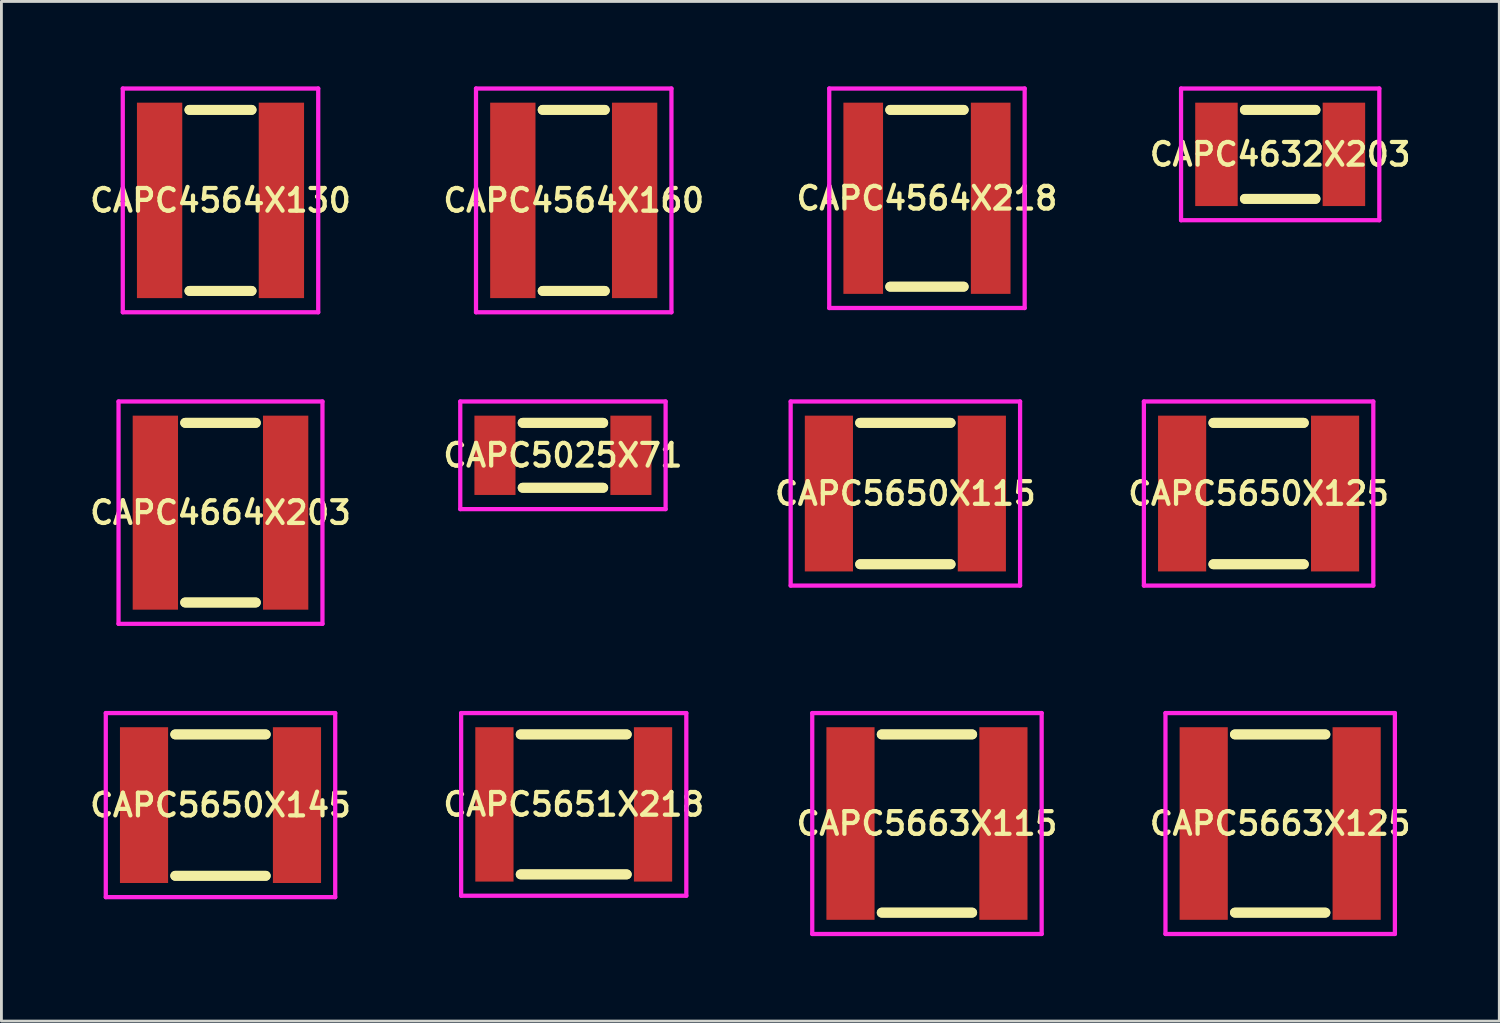
<source format=kicad_pcb>
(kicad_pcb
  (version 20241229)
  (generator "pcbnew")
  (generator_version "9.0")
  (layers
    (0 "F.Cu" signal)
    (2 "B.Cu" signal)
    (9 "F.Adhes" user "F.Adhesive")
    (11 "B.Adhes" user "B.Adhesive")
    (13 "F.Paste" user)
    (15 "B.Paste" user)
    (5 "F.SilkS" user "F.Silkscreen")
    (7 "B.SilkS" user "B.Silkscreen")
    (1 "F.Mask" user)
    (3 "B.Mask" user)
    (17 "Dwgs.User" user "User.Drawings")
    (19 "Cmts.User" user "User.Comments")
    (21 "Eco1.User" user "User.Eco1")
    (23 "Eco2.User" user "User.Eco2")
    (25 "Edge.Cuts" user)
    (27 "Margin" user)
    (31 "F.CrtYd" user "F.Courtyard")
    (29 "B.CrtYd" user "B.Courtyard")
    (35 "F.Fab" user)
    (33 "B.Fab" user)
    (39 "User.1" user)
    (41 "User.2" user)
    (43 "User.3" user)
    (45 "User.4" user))
  (footprint "CAPC4564X130"
    (layer "F.Cu")
    (at 4.735 4.025)
    (property "Reference" "CAPC4564X130" (at 0 0 0) (layer "F.SilkS") (effects (font (size 0.8 0.8) (thickness 0.15))))
    (attr smd)
    (fp_line (start -1.096 -3.196) (end 1.096 -3.196) (stroke (width 0.35) (type solid)) (layer "F.SilkS"))
    (fp_line (start -1.096 3.196) (end 1.096 3.196) (stroke (width 0.35) (type solid)) (layer "F.SilkS"))
    (fp_line (start 1.096 -3.196) (end -1.096 -3.196) (stroke (width 0.35) (type solid)) (layer "F.SilkS"))
    (fp_line (start 1.096 3.196) (end -1.096 3.196) (stroke (width 0.35) (type solid)) (layer "F.SilkS"))
    (fp_line (start -3.45 -3.95) (end 3.45 -3.95) (stroke (width 0.15) (type solid)) (layer "F.CrtYd"))
    (fp_line (start -3.45 3.95) (end -3.45 -3.95) (stroke (width 0.15) (type solid)) (layer "F.CrtYd"))
    (fp_line (start 3.45 -3.95) (end 3.45 3.95) (stroke (width 0.15) (type solid)) (layer "F.CrtYd"))
    (fp_line (start 3.45 3.95) (end -3.45 3.95) (stroke (width 0.15) (type solid)) (layer "F.CrtYd"))
    (pad "1" smd rect (at -2.15 0) (size 1.6 6.9) (layers "F.Cu" "F.Mask" "F.Paste"))
    (pad "2" smd rect (at 2.15 0) (size 1.6 6.9) (layers "F.Cu" "F.Mask" "F.Paste")))
  (footprint "CAPC5663X115"
    (layer "F.Cu")
    (at 29.677 26.025)
    (property "Reference" "CAPC5663X115" (at 0 0 0) (layer "F.SilkS") (effects (font (size 0.8 0.8) (thickness 0.15))))
    (attr smd)
    (fp_line (start -1.596 -3.146) (end 1.596 -3.146) (stroke (width 0.35) (type solid)) (layer "F.SilkS"))
    (fp_line (start -1.596 3.146) (end 1.596 3.146) (stroke (width 0.35) (type solid)) (layer "F.SilkS"))
    (fp_line (start 1.596 -3.146) (end -1.596 -3.146) (stroke (width 0.35) (type solid)) (layer "F.SilkS"))
    (fp_line (start 1.596 3.146) (end -1.596 3.146) (stroke (width 0.35) (type solid)) (layer "F.SilkS"))
    (fp_line (start -4.05 -3.9) (end 4.05 -3.9) (stroke (width 0.15) (type solid)) (layer "F.CrtYd"))
    (fp_line (start -4.05 3.9) (end -4.05 -3.9) (stroke (width 0.15) (type solid)) (layer "F.CrtYd"))
    (fp_line (start 4.05 -3.9) (end 4.05 3.9) (stroke (width 0.15) (type solid)) (layer "F.CrtYd"))
    (fp_line (start 4.05 3.9) (end -4.05 3.9) (stroke (width 0.15) (type solid)) (layer "F.CrtYd"))
    (pad "1" smd rect (at -2.7 0) (size 1.7 6.8) (layers "F.Cu" "F.Mask" "F.Paste"))
    (pad "2" smd rect (at 2.7 0) (size 1.7 6.8) (layers "F.Cu" "F.Mask" "F.Paste")))
  (footprint "CAPC5651X218"
    (layer "F.Cu")
    (at 17.206 25.35)
    (property "Reference" "CAPC5651X218" (at 0 0 0) (layer "F.SilkS") (effects (font (size 0.8 0.8) (thickness 0.15))))
    (attr smd)
    (fp_line (start -1.871 -2.471) (end 1.871 -2.471) (stroke (width 0.35) (type solid)) (layer "F.SilkS"))
    (fp_line (start -1.871 2.471) (end 1.871 2.471) (stroke (width 0.35) (type solid)) (layer "F.SilkS"))
    (fp_line (start 1.871 -2.471) (end -1.871 -2.471) (stroke (width 0.35) (type solid)) (layer "F.SilkS"))
    (fp_line (start 1.871 2.471) (end -1.871 2.471) (stroke (width 0.35) (type solid)) (layer "F.SilkS"))
    (fp_line (start -3.975 -3.225) (end 3.975 -3.225) (stroke (width 0.15) (type solid)) (layer "F.CrtYd"))
    (fp_line (start -3.975 3.225) (end -3.975 -3.225) (stroke (width 0.15) (type solid)) (layer "F.CrtYd"))
    (fp_line (start 3.975 -3.225) (end 3.975 3.225) (stroke (width 0.15) (type solid)) (layer "F.CrtYd"))
    (fp_line (start 3.975 3.225) (end -3.975 3.225) (stroke (width 0.15) (type solid)) (layer "F.CrtYd"))
    (pad "1" smd rect (at -2.8 0) (size 1.35 5.45) (layers "F.Cu" "F.Mask" "F.Paste"))
    (pad "2" smd rect (at 2.8 0) (size 1.35 5.45) (layers "F.Cu" "F.Mask" "F.Paste")))
  (footprint "CAPC5650X125"
    (layer "F.Cu")
    (at 41.386 14.375)
    (property "Reference" "CAPC5650X125" (at 0 0 0) (layer "F.SilkS") (effects (font (size 0.8 0.8) (thickness 0.15))))
    (attr smd)
    (fp_line (start -1.596 -2.496) (end 1.596 -2.496) (stroke (width 0.35) (type solid)) (layer "F.SilkS"))
    (fp_line (start -1.596 2.496) (end 1.596 2.496) (stroke (width 0.35) (type solid)) (layer "F.SilkS"))
    (fp_line (start 1.596 -2.496) (end -1.596 -2.496) (stroke (width 0.35) (type solid)) (layer "F.SilkS"))
    (fp_line (start 1.596 2.496) (end -1.596 2.496) (stroke (width 0.35) (type solid)) (layer "F.SilkS"))
    (fp_line (start -4.05 -3.25) (end 4.05 -3.25) (stroke (width 0.15) (type solid)) (layer "F.CrtYd"))
    (fp_line (start -4.05 3.25) (end -4.05 -3.25) (stroke (width 0.15) (type solid)) (layer "F.CrtYd"))
    (fp_line (start 4.05 -3.25) (end 4.05 3.25) (stroke (width 0.15) (type solid)) (layer "F.CrtYd"))
    (fp_line (start 4.05 3.25) (end -4.05 3.25) (stroke (width 0.15) (type solid)) (layer "F.CrtYd"))
    (pad "1" smd rect (at -2.7 0) (size 1.7 5.5) (layers "F.Cu" "F.Mask" "F.Paste"))
    (pad "2" smd rect (at 2.7 0) (size 1.7 5.5) (layers "F.Cu" "F.Mask" "F.Paste")))
  (footprint "CAPC4564X218"
    (layer "F.Cu")
    (at 29.677 3.95)
    (property "Reference" "CAPC4564X218" (at 0 0 0) (layer "F.SilkS") (effects (font (size 0.8 0.8) (thickness 0.15))))
    (attr smd)
    (fp_line (start -1.296 -3.121) (end 1.296 -3.121) (stroke (width 0.35) (type solid)) (layer "F.SilkS"))
    (fp_line (start -1.296 3.121) (end 1.296 3.121) (stroke (width 0.35) (type solid)) (layer "F.SilkS"))
    (fp_line (start 1.296 -3.121) (end -1.296 -3.121) (stroke (width 0.35) (type solid)) (layer "F.SilkS"))
    (fp_line (start 1.296 3.121) (end -1.296 3.121) (stroke (width 0.35) (type solid)) (layer "F.SilkS"))
    (fp_line (start -3.45 -3.875) (end 3.45 -3.875) (stroke (width 0.15) (type solid)) (layer "F.CrtYd"))
    (fp_line (start -3.45 3.875) (end -3.45 -3.875) (stroke (width 0.15) (type solid)) (layer "F.CrtYd"))
    (fp_line (start 3.45 -3.875) (end 3.45 3.875) (stroke (width 0.15) (type solid)) (layer "F.CrtYd"))
    (fp_line (start 3.45 3.875) (end -3.45 3.875) (stroke (width 0.15) (type solid)) (layer "F.CrtYd"))
    (pad "1" smd rect (at -2.25 0) (size 1.4 6.75) (layers "F.Cu" "F.Mask" "F.Paste"))
    (pad "2" smd rect (at 2.25 0) (size 1.4 6.75) (layers "F.Cu" "F.Mask" "F.Paste")))
  (footprint "CAPC4632X203"
    (layer "F.Cu")
    (at 42.148 2.4)
    (property "Reference" "CAPC4632X203" (at 0 0 0) (layer "F.SilkS") (effects (font (size 0.8 0.8) (thickness 0.15))))
    (attr smd)
    (fp_line (start -1.246 -1.571) (end 1.246 -1.571) (stroke (width 0.35) (type solid)) (layer "F.SilkS"))
    (fp_line (start -1.246 1.571) (end 1.246 1.571) (stroke (width 0.35) (type solid)) (layer "F.SilkS"))
    (fp_line (start 1.246 -1.571) (end -1.246 -1.571) (stroke (width 0.35) (type solid)) (layer "F.SilkS"))
    (fp_line (start 1.246 1.571) (end -1.246 1.571) (stroke (width 0.35) (type solid)) (layer "F.SilkS"))
    (fp_line (start -3.5 -2.325) (end 3.5 -2.325) (stroke (width 0.15) (type solid)) (layer "F.CrtYd"))
    (fp_line (start -3.5 2.325) (end -3.5 -2.325) (stroke (width 0.15) (type solid)) (layer "F.CrtYd"))
    (fp_line (start 3.5 -2.325) (end 3.5 2.325) (stroke (width 0.15) (type solid)) (layer "F.CrtYd"))
    (fp_line (start 3.5 2.325) (end -3.5 2.325) (stroke (width 0.15) (type solid)) (layer "F.CrtYd"))
    (pad "1" smd rect (at -2.25 0) (size 1.5 3.65) (layers "F.Cu" "F.Mask" "F.Paste"))
    (pad "2" smd rect (at 2.25 0) (size 1.5 3.65) (layers "F.Cu" "F.Mask" "F.Paste")))
  (footprint "CAPC4564X160"
    (layer "F.Cu")
    (at 17.206 4.025)
    (property "Reference" "CAPC4564X160" (at 0 0 0) (layer "F.SilkS") (effects (font (size 0.8 0.8) (thickness 0.15))))
    (attr smd)
    (fp_line (start -1.096 -3.196) (end 1.096 -3.196) (stroke (width 0.35) (type solid)) (layer "F.SilkS"))
    (fp_line (start -1.096 3.196) (end 1.096 3.196) (stroke (width 0.35) (type solid)) (layer "F.SilkS"))
    (fp_line (start 1.096 -3.196) (end -1.096 -3.196) (stroke (width 0.35) (type solid)) (layer "F.SilkS"))
    (fp_line (start 1.096 3.196) (end -1.096 3.196) (stroke (width 0.35) (type solid)) (layer "F.SilkS"))
    (fp_line (start -3.45 -3.95) (end 3.45 -3.95) (stroke (width 0.15) (type solid)) (layer "F.CrtYd"))
    (fp_line (start -3.45 3.95) (end -3.45 -3.95) (stroke (width 0.15) (type solid)) (layer "F.CrtYd"))
    (fp_line (start 3.45 -3.95) (end 3.45 3.95) (stroke (width 0.15) (type solid)) (layer "F.CrtYd"))
    (fp_line (start 3.45 3.95) (end -3.45 3.95) (stroke (width 0.15) (type solid)) (layer "F.CrtYd"))
    (pad "1" smd rect (at -2.15 0) (size 1.6 6.9) (layers "F.Cu" "F.Mask" "F.Paste"))
    (pad "2" smd rect (at 2.15 0) (size 1.6 6.9) (layers "F.Cu" "F.Mask" "F.Paste")))
  (footprint "CAPC5650X115"
    (layer "F.Cu")
    (at 28.915 14.375)
    (property "Reference" "CAPC5650X115" (at 0 0 0) (layer "F.SilkS") (effects (font (size 0.8 0.8) (thickness 0.15))))
    (attr smd)
    (fp_line (start -1.596 -2.496) (end 1.596 -2.496) (stroke (width 0.35) (type solid)) (layer "F.SilkS"))
    (fp_line (start -1.596 2.496) (end 1.596 2.496) (stroke (width 0.35) (type solid)) (layer "F.SilkS"))
    (fp_line (start 1.596 -2.496) (end -1.596 -2.496) (stroke (width 0.35) (type solid)) (layer "F.SilkS"))
    (fp_line (start 1.596 2.496) (end -1.596 2.496) (stroke (width 0.35) (type solid)) (layer "F.SilkS"))
    (fp_line (start -4.05 -3.25) (end 4.05 -3.25) (stroke (width 0.15) (type solid)) (layer "F.CrtYd"))
    (fp_line (start -4.05 3.25) (end -4.05 -3.25) (stroke (width 0.15) (type solid)) (layer "F.CrtYd"))
    (fp_line (start 4.05 -3.25) (end 4.05 3.25) (stroke (width 0.15) (type solid)) (layer "F.CrtYd"))
    (fp_line (start 4.05 3.25) (end -4.05 3.25) (stroke (width 0.15) (type solid)) (layer "F.CrtYd"))
    (pad "1" smd rect (at -2.7 0) (size 1.7 5.5) (layers "F.Cu" "F.Mask" "F.Paste"))
    (pad "2" smd rect (at 2.7 0) (size 1.7 5.5) (layers "F.Cu" "F.Mask" "F.Paste")))
  (footprint "CAPC5025X71"
    (layer "F.Cu")
    (at 16.825 13.025)
    (property "Reference" "CAPC5025X71" (at 0 0 0) (layer "F.SilkS") (effects (font (size 0.8 0.8) (thickness 0.15))))
    (attr smd)
    (fp_line (start -1.421 -1.146) (end 1.421 -1.146) (stroke (width 0.35) (type solid)) (layer "F.SilkS"))
    (fp_line (start -1.421 1.146) (end 1.421 1.146) (stroke (width 0.35) (type solid)) (layer "F.SilkS"))
    (fp_line (start 1.421 -1.146) (end -1.421 -1.146) (stroke (width 0.35) (type solid)) (layer "F.SilkS"))
    (fp_line (start 1.421 1.146) (end -1.421 1.146) (stroke (width 0.35) (type solid)) (layer "F.SilkS"))
    (fp_line (start -3.625 -1.9) (end 3.625 -1.9) (stroke (width 0.15) (type solid)) (layer "F.CrtYd"))
    (fp_line (start -3.625 1.9) (end -3.625 -1.9) (stroke (width 0.15) (type solid)) (layer "F.CrtYd"))
    (fp_line (start 3.625 -1.9) (end 3.625 1.9) (stroke (width 0.15) (type solid)) (layer "F.CrtYd"))
    (fp_line (start 3.625 1.9) (end -3.625 1.9) (stroke (width 0.15) (type solid)) (layer "F.CrtYd"))
    (pad "1" smd rect (at -2.4 0) (size 1.45 2.8) (layers "F.Cu" "F.Mask" "F.Paste"))
    (pad "2" smd rect (at 2.4 0) (size 1.45 2.8) (layers "F.Cu" "F.Mask" "F.Paste")))
  (footprint "CAPC5650X145"
    (layer "F.Cu")
    (at 4.735 25.375)
    (property "Reference" "CAPC5650X145" (at 0 0 0) (layer "F.SilkS") (effects (font (size 0.8 0.8) (thickness 0.15))))
    (attr through_hole)
    (fp_line (start -1.596 -2.496) (end 1.596 -2.496) (stroke (width 0.35) (type solid)) (layer "F.SilkS"))
    (fp_line (start -1.596 2.496) (end 1.596 2.496) (stroke (width 0.35) (type solid)) (layer "F.SilkS"))
    (fp_line (start 1.596 -2.496) (end -1.596 -2.496) (stroke (width 0.35) (type solid)) (layer "F.SilkS"))
    (fp_line (start 1.596 2.496) (end -1.596 2.496) (stroke (width 0.35) (type solid)) (layer "F.SilkS"))
    (fp_line (start -4.05 -3.25) (end 4.05 -3.25) (stroke (width 0.15) (type solid)) (layer "F.CrtYd"))
    (fp_line (start -4.05 3.25) (end -4.05 -3.25) (stroke (width 0.15) (type solid)) (layer "F.CrtYd"))
    (fp_line (start 4.05 -3.25) (end 4.05 3.25) (stroke (width 0.15) (type solid)) (layer "F.CrtYd"))
    (fp_line (start 4.05 3.25) (end -4.05 3.25) (stroke (width 0.15) (type solid)) (layer "F.CrtYd"))
    (pad "1" smd rect (at -2.7 0) (size 1.7 5.5) (layers "F.Cu" "F.Mask" "F.Paste"))
    (pad "2" smd rect (at 2.7 0) (size 1.7 5.5) (layers "F.Cu" "F.Mask" "F.Paste")))
  (footprint "CAPC5663X125"
    (layer "F.Cu")
    (at 42.148 26.025)
    (property "Reference" "CAPC5663X125" (at 0 0 0) (layer "F.SilkS") (effects (font (size 0.8 0.8) (thickness 0.15))))
    (attr smd)
    (fp_line (start -1.596 -3.146) (end 1.596 -3.146) (stroke (width 0.35) (type solid)) (layer "F.SilkS"))
    (fp_line (start -1.596 3.146) (end 1.596 3.146) (stroke (width 0.35) (type solid)) (layer "F.SilkS"))
    (fp_line (start 1.596 -3.146) (end -1.596 -3.146) (stroke (width 0.35) (type solid)) (layer "F.SilkS"))
    (fp_line (start 1.596 3.146) (end -1.596 3.146) (stroke (width 0.35) (type solid)) (layer "F.SilkS"))
    (fp_line (start -4.05 -3.9) (end 4.05 -3.9) (stroke (width 0.15) (type solid)) (layer "F.CrtYd"))
    (fp_line (start -4.05 3.9) (end -4.05 -3.9) (stroke (width 0.15) (type solid)) (layer "F.CrtYd"))
    (fp_line (start 4.05 -3.9) (end 4.05 3.9) (stroke (width 0.15) (type solid)) (layer "F.CrtYd"))
    (fp_line (start 4.05 3.9) (end -4.05 3.9) (stroke (width 0.15) (type solid)) (layer "F.CrtYd"))
    (pad "1" smd rect (at -2.7 0) (size 1.7 6.8) (layers "F.Cu" "F.Mask" "F.Paste"))
    (pad "2" smd rect (at 2.7 0) (size 1.7 6.8) (layers "F.Cu" "F.Mask" "F.Paste")))
  (footprint "CAPC4664X203"
    (layer "F.Cu")
    (at 4.735 15.05)
    (property "Reference" "CAPC4664X203" (at 0 0 0) (layer "F.SilkS") (effects (font (size 0.8 0.8) (thickness 0.15))))
    (attr through_hole)
    (fp_line (start -1.246 -3.171) (end 1.246 -3.171) (stroke (width 0.35) (type solid)) (layer "F.SilkS"))
    (fp_line (start -1.246 3.171) (end 1.246 3.171) (stroke (width 0.35) (type solid)) (layer "F.SilkS"))
    (fp_line (start 1.246 -3.171) (end -1.246 -3.171) (stroke (width 0.35) (type solid)) (layer "F.SilkS"))
    (fp_line (start 1.246 3.171) (end -1.246 3.171) (stroke (width 0.35) (type solid)) (layer "F.SilkS"))
    (fp_line (start -3.6 -3.925) (end 3.6 -3.925) (stroke (width 0.15) (type solid)) (layer "F.CrtYd"))
    (fp_line (start -3.6 3.925) (end -3.6 -3.925) (stroke (width 0.15) (type solid)) (layer "F.CrtYd"))
    (fp_line (start 3.6 -3.925) (end 3.6 3.925) (stroke (width 0.15) (type solid)) (layer "F.CrtYd"))
    (fp_line (start 3.6 3.925) (end -3.6 3.925) (stroke (width 0.15) (type solid)) (layer "F.CrtYd"))
    (pad "1" smd rect (at -2.3 0) (size 1.6 6.85) (layers "F.Cu" "F.Mask" "F.Paste"))
    (pad "2" smd rect (at 2.3 0) (size 1.6 6.85) (layers "F.Cu" "F.Mask" "F.Paste")))
  (gr_rect
    (start -3 -3)
    (end 49.884 33)
    (stroke (width 0.1) (type default))
    (fill no)
    (layer "Edge.Cuts")))
</source>
